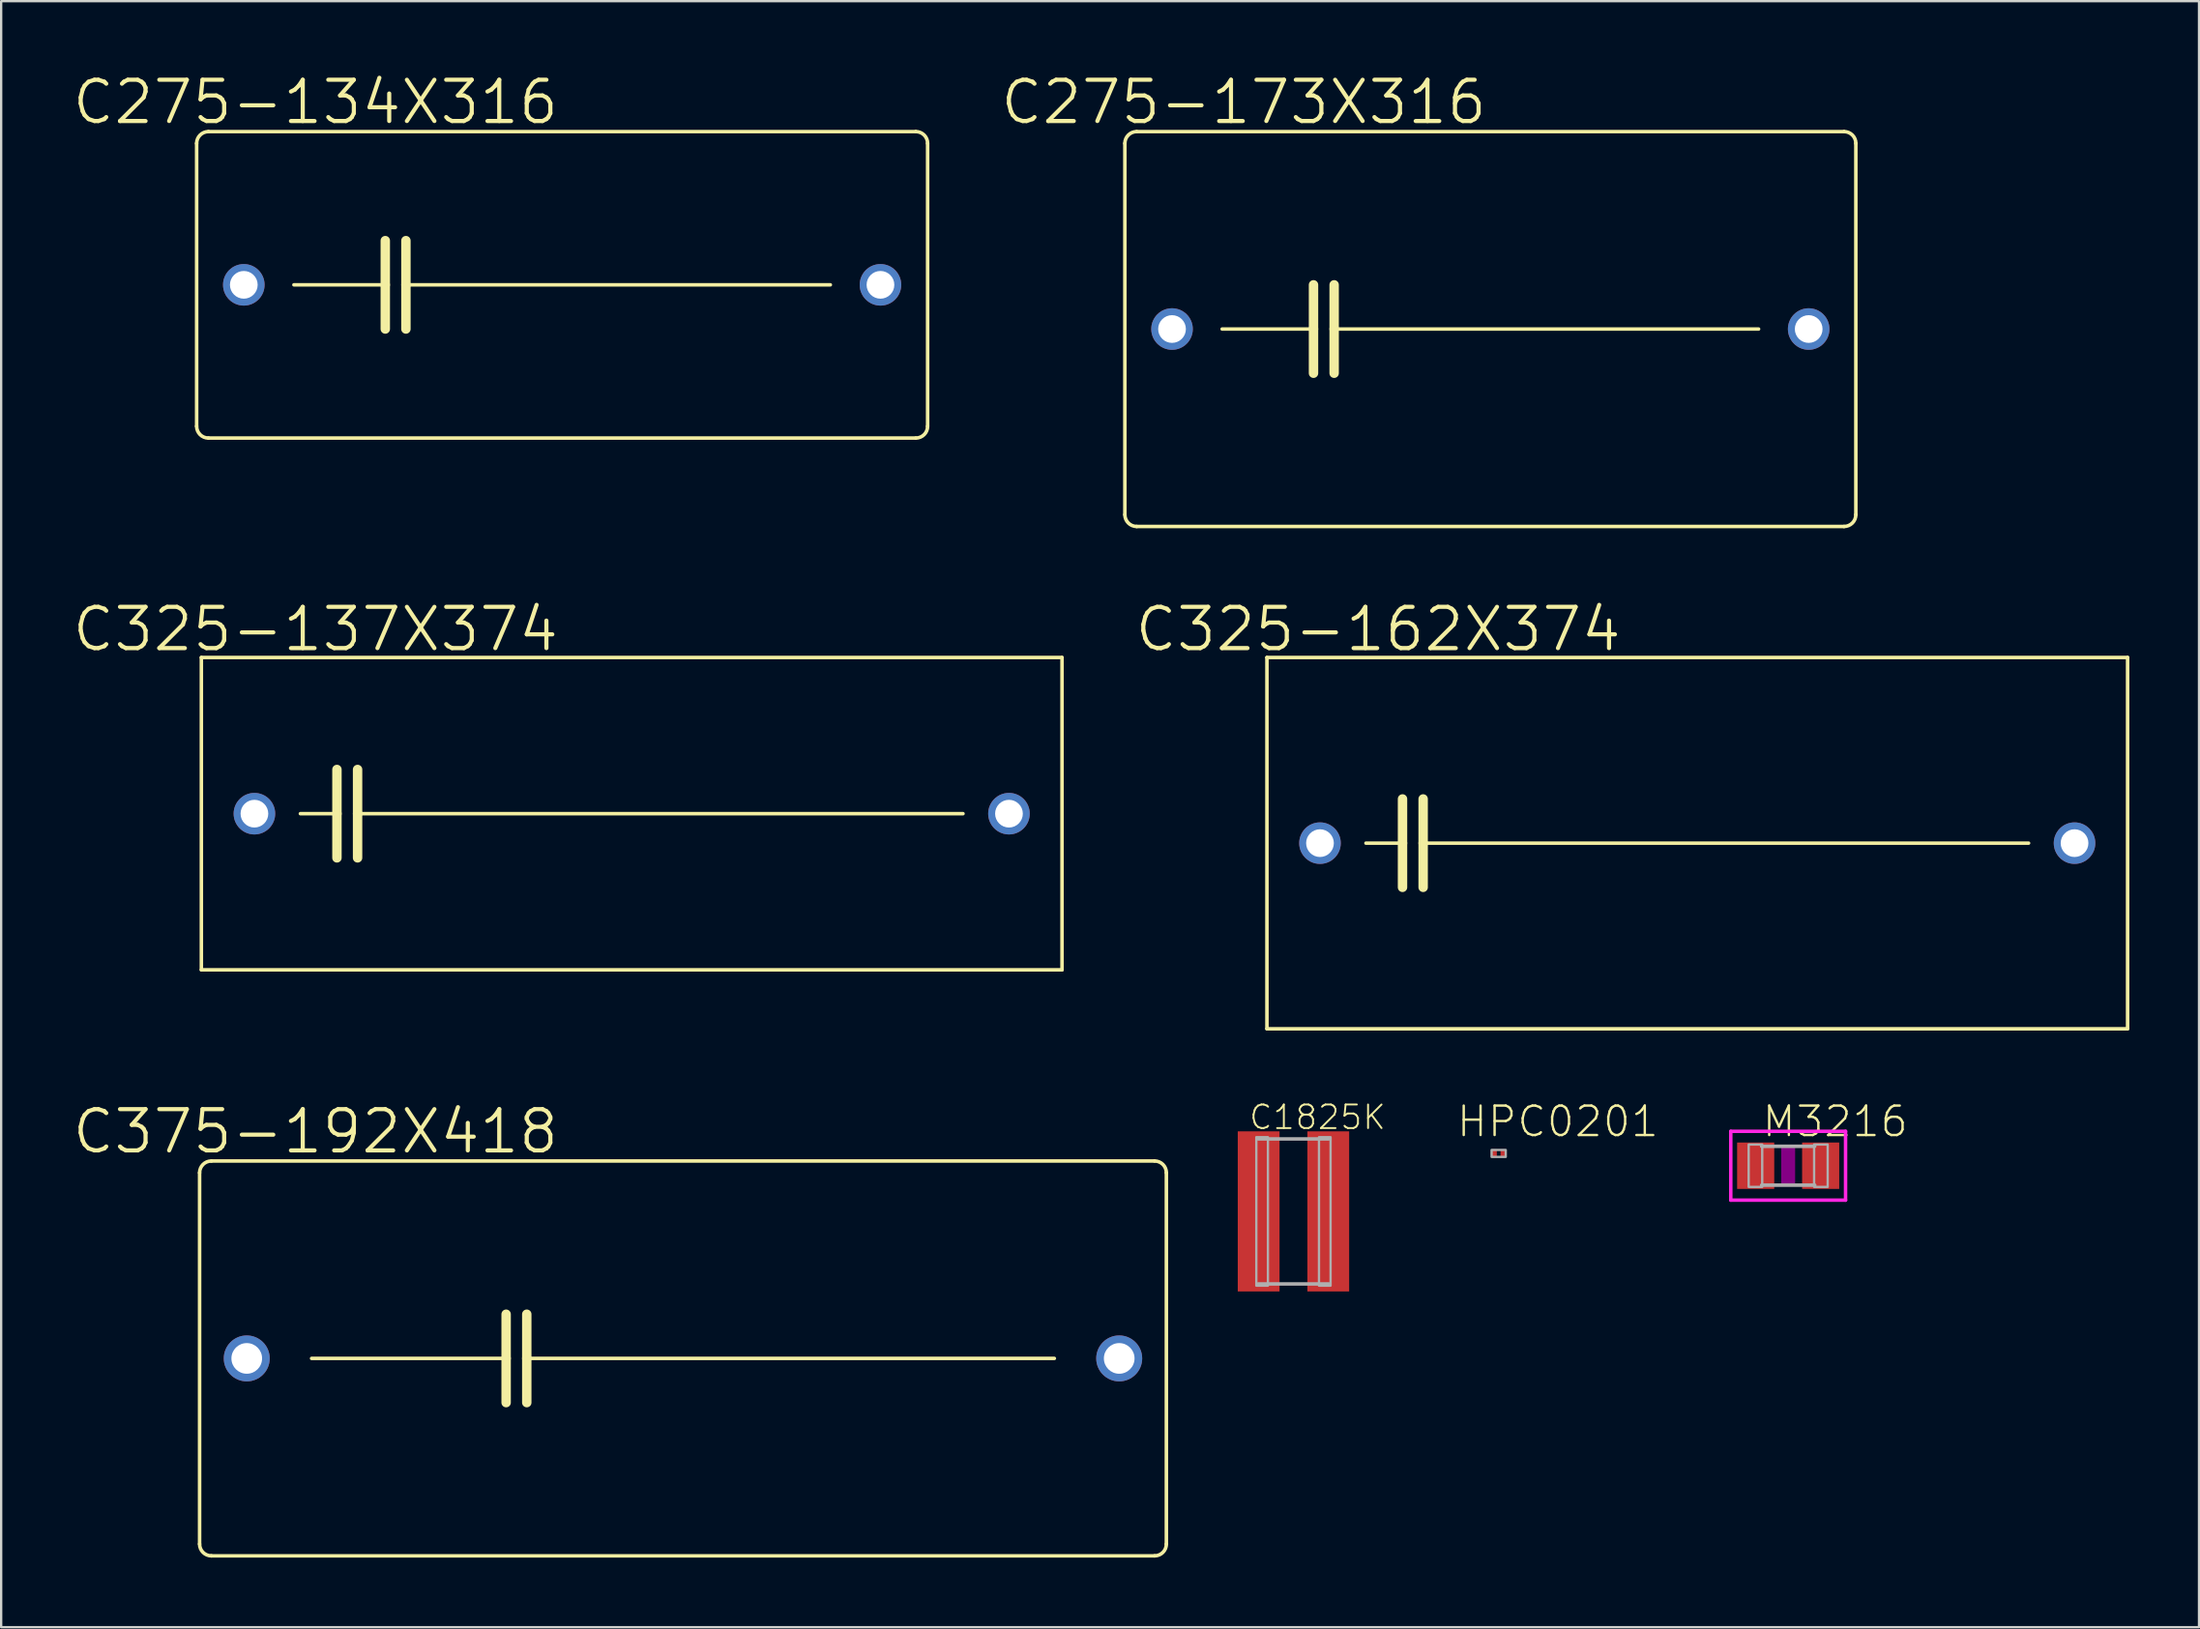
<source format=kicad_pcb>
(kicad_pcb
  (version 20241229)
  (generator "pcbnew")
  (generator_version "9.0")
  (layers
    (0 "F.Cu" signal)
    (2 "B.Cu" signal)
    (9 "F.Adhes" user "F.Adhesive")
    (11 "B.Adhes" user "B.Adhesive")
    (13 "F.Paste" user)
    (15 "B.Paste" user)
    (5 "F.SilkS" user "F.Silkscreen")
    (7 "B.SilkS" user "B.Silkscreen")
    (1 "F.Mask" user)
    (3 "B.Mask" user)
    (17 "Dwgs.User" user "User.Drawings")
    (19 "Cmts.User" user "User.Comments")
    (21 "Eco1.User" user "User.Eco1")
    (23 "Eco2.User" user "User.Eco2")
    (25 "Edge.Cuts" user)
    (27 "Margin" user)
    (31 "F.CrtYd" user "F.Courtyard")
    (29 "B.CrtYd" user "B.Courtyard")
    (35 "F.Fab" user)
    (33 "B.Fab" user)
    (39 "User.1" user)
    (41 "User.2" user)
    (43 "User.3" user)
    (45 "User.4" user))
  (footprint "C275-173X316"
    (layer "F.Cu")
    (at 61.166 11.131)
    (property "Reference" "C275-173X316" (at -10.626 -9.779 0) (layer "F.SilkS") (effects (font (size 1.778 1.778) (thickness 0.178))))
    (attr through_hole)
    (fp_line (start -15.748 8.001) (end -15.748 -8.001) (stroke (width 0.152) (type solid)) (layer "F.SilkS"))
    (fp_line (start -15.24 -8.509) (end 15.24 -8.509) (stroke (width 0.152) (type solid)) (layer "F.SilkS"))
    (fp_line (start -11.557 0) (end -7.62 0) (stroke (width 0.152) (type solid)) (layer "F.SilkS"))
    (fp_line (start -7.62 -1.905) (end -7.62 0) (stroke (width 0.406) (type solid)) (layer "F.SilkS"))
    (fp_line (start -7.62 0) (end -7.62 1.905) (stroke (width 0.406) (type solid)) (layer "F.SilkS"))
    (fp_line (start -6.731 -1.905) (end -6.731 0) (stroke (width 0.406) (type solid)) (layer "F.SilkS"))
    (fp_line (start -6.731 0) (end -6.731 1.905) (stroke (width 0.406) (type solid)) (layer "F.SilkS"))
    (fp_line (start -6.731 0) (end 11.557 0) (stroke (width 0.152) (type solid)) (layer "F.SilkS"))
    (fp_line (start 15.24 8.509) (end -15.24 8.509) (stroke (width 0.152) (type solid)) (layer "F.SilkS"))
    (fp_line (start 15.748 -8.001) (end 15.748 8.001) (stroke (width 0.152) (type solid)) (layer "F.SilkS"))
    (fp_arc (start -15.748 -8.001) (mid -15.59921 -8.36021) (end -15.239999 -8.508999) (stroke (width 0.1524) (type solid)) (layer "F.SilkS"))
    (fp_arc (start -15.239999 8.508999) (mid -15.59921 8.36021) (end -15.748 8.001) (stroke (width 0.1524) (type solid)) (layer "F.SilkS"))
    (fp_arc (start 15.24 -8.509) (mid 15.599211 -8.36021) (end 15.748001 -8.000999) (stroke (width 0.1524) (type solid)) (layer "F.SilkS"))
    (fp_arc (start 15.748001 8.000999) (mid 15.599211 8.36021) (end 15.24 8.509) (stroke (width 0.1524) (type solid)) (layer "F.SilkS"))
    (pad "1" thru_hole circle (at -13.716 0) (size 1.791 1.791) (drill 1.194) (layers "*.Cu" "*.Mask"))
    (pad "2" thru_hole circle (at 13.716 0) (size 1.791 1.791) (drill 1.194) (layers "*.Cu" "*.Mask")))
  (footprint "HPC0201"
    (layer "F.Cu")
    (at 61.524 46.662)
    (property "Reference" "HPC0201" (at 2.546 -1.375 0) (layer "F.SilkS") (effects (font (size 1.27 1.27) (thickness 0.102))))
    (attr through_hole)
    (fp_poly (pts (xy -0.305 -0.15) (xy 0.305 -0.15) (xy 0.305 0.15) (xy -0.305 0.15)) (stroke (width 0.1) (type solid)) (fill no) (layer "F.Fab"))
    (pad "1" smd rect (at -0.18 0) (size 0.2 0.35) (layers "F.Cu" "F.Mask" "F.Paste"))
    (pad "2" smd rect (at 0.18 0) (size 0.2 0.35) (layers "F.Cu" "F.Mask" "F.Paste")))
  (footprint "C325-137X374"
    (layer "F.Cu")
    (at 24.168 32.019)
    (property "Reference" "C325-137X374" (at -13.623 -7.95 0) (layer "F.SilkS") (effects (font (size 1.778 1.778) (thickness 0.178))))
    (attr through_hole)
    (fp_line (start -18.542 -6.731) (end -18.542 6.731) (stroke (width 0.152) (type solid)) (layer "F.SilkS"))
    (fp_line (start -18.542 6.731) (end 18.542 6.731) (stroke (width 0.152) (type solid)) (layer "F.SilkS"))
    (fp_line (start -14.275 0) (end -12.7 0) (stroke (width 0.152) (type solid)) (layer "F.SilkS"))
    (fp_line (start -12.7 -1.905) (end -12.7 0) (stroke (width 0.406) (type solid)) (layer "F.SilkS"))
    (fp_line (start -12.7 0) (end -12.7 1.905) (stroke (width 0.406) (type solid)) (layer "F.SilkS"))
    (fp_line (start -11.811 -1.905) (end -11.811 0) (stroke (width 0.406) (type solid)) (layer "F.SilkS"))
    (fp_line (start -11.811 0) (end -11.811 1.905) (stroke (width 0.406) (type solid)) (layer "F.SilkS"))
    (fp_line (start -11.811 0) (end 14.275 0) (stroke (width 0.152) (type solid)) (layer "F.SilkS"))
    (fp_line (start 18.542 -6.731) (end -18.542 -6.731) (stroke (width 0.152) (type solid)) (layer "F.SilkS"))
    (fp_line (start 18.542 -6.731) (end 18.542 6.731) (stroke (width 0.152) (type solid)) (layer "F.SilkS"))
    (pad "1" thru_hole circle (at -16.256 0) (size 1.791 1.791) (drill 1.194) (layers "*.Cu" "*.Mask"))
    (pad "2" thru_hole circle (at 16.256 0) (size 1.791 1.791) (drill 1.194) (layers "*.Cu" "*.Mask")))
  (footprint "C325-162X374"
    (layer "F.Cu")
    (at 70.081 33.289)
    (property "Reference" "C325-162X374" (at -13.75 -9.22 0) (layer "F.SilkS") (effects (font (size 1.778 1.778) (thickness 0.178))))
    (attr through_hole)
    (fp_line (start -18.542 -8.001) (end -18.542 8.001) (stroke (width 0.152) (type solid)) (layer "F.SilkS"))
    (fp_line (start -18.542 8.001) (end 18.542 8.001) (stroke (width 0.152) (type solid)) (layer "F.SilkS"))
    (fp_line (start -14.275 0) (end -12.7 0) (stroke (width 0.152) (type solid)) (layer "F.SilkS"))
    (fp_line (start -12.7 -1.905) (end -12.7 0) (stroke (width 0.406) (type solid)) (layer "F.SilkS"))
    (fp_line (start -12.7 0) (end -12.7 1.905) (stroke (width 0.406) (type solid)) (layer "F.SilkS"))
    (fp_line (start -11.811 -1.905) (end -11.811 0) (stroke (width 0.406) (type solid)) (layer "F.SilkS"))
    (fp_line (start -11.811 0) (end -11.811 1.905) (stroke (width 0.406) (type solid)) (layer "F.SilkS"))
    (fp_line (start -11.811 0) (end 14.275 0) (stroke (width 0.152) (type solid)) (layer "F.SilkS"))
    (fp_line (start 18.542 -8.001) (end -18.542 -8.001) (stroke (width 0.152) (type solid)) (layer "F.SilkS"))
    (fp_line (start 18.542 -8.001) (end 18.542 8.001) (stroke (width 0.152) (type solid)) (layer "F.SilkS"))
    (pad "1" thru_hole circle (at -16.256 0) (size 1.791 1.791) (drill 1.194) (layers "*.Cu" "*.Mask"))
    (pad "2" thru_hole circle (at 16.256 0) (size 1.791 1.791) (drill 1.194) (layers "*.Cu" "*.Mask")))
  (footprint "C375-192X418"
    (layer "F.Cu")
    (at 26.378 55.497)
    (property "Reference" "C375-192X418" (at -15.833 -9.779 0) (layer "F.SilkS") (effects (font (size 1.778 1.778) (thickness 0.178))))
    (attr through_hole)
    (fp_line (start -20.828 8.001) (end -20.828 -8.001) (stroke (width 0.152) (type solid)) (layer "F.SilkS"))
    (fp_line (start -20.32 -8.509) (end 20.32 -8.509) (stroke (width 0.152) (type solid)) (layer "F.SilkS"))
    (fp_line (start -16.002 0) (end -7.62 0) (stroke (width 0.152) (type solid)) (layer "F.SilkS"))
    (fp_line (start -7.62 -1.905) (end -7.62 0) (stroke (width 0.406) (type solid)) (layer "F.SilkS"))
    (fp_line (start -7.62 0) (end -7.62 1.905) (stroke (width 0.406) (type solid)) (layer "F.SilkS"))
    (fp_line (start -6.731 -1.905) (end -6.731 0) (stroke (width 0.406) (type solid)) (layer "F.SilkS"))
    (fp_line (start -6.731 0) (end -6.731 1.905) (stroke (width 0.406) (type solid)) (layer "F.SilkS"))
    (fp_line (start -6.731 0) (end 16.002 0) (stroke (width 0.152) (type solid)) (layer "F.SilkS"))
    (fp_line (start 20.32 8.509) (end -20.32 8.509) (stroke (width 0.152) (type solid)) (layer "F.SilkS"))
    (fp_line (start 20.828 -8.001) (end 20.828 8.001) (stroke (width 0.152) (type solid)) (layer "F.SilkS"))
    (fp_arc (start -20.828 -8.001) (mid -20.67921 -8.36021) (end -20.32 -8.509) (stroke (width 0.1524) (type solid)) (layer "F.SilkS"))
    (fp_arc (start -20.32 8.509) (mid -20.67921 8.36021) (end -20.828 8.001) (stroke (width 0.1524) (type solid)) (layer "F.SilkS"))
    (fp_arc (start 20.32 -8.509) (mid 20.67921 -8.36021) (end 20.828 -8.001) (stroke (width 0.1524) (type solid)) (layer "F.SilkS"))
    (fp_arc (start 20.828 8.001) (mid 20.67921 8.36021) (end 20.32 8.509) (stroke (width 0.1524) (type solid)) (layer "F.SilkS"))
    (pad "1" thru_hole circle (at -18.796 0) (size 1.981 1.981) (drill 1.321) (layers "*.Cu" "*.Mask"))
    (pad "2" thru_hole circle (at 18.796 0) (size 1.981 1.981) (drill 1.321) (layers "*.Cu" "*.Mask")))
  (footprint "C275-134X316"
    (layer "F.Cu")
    (at 21.171 9.226)
    (property "Reference" "C275-134X316" (at -10.626 -7.874 0) (layer "F.SilkS") (effects (font (size 1.778 1.778) (thickness 0.178))))
    (attr through_hole)
    (fp_line (start -15.748 6.096) (end -15.748 -6.096) (stroke (width 0.152) (type solid)) (layer "F.SilkS"))
    (fp_line (start -15.24 -6.604) (end 15.24 -6.604) (stroke (width 0.152) (type solid)) (layer "F.SilkS"))
    (fp_line (start -11.557 0) (end -7.62 0) (stroke (width 0.152) (type solid)) (layer "F.SilkS"))
    (fp_line (start -7.62 -1.905) (end -7.62 0) (stroke (width 0.406) (type solid)) (layer "F.SilkS"))
    (fp_line (start -7.62 0) (end -7.62 1.905) (stroke (width 0.406) (type solid)) (layer "F.SilkS"))
    (fp_line (start -6.731 -1.905) (end -6.731 0) (stroke (width 0.406) (type solid)) (layer "F.SilkS"))
    (fp_line (start -6.731 0) (end -6.731 1.905) (stroke (width 0.406) (type solid)) (layer "F.SilkS"))
    (fp_line (start -6.731 0) (end 11.557 0) (stroke (width 0.152) (type solid)) (layer "F.SilkS"))
    (fp_line (start 15.24 6.604) (end -15.24 6.604) (stroke (width 0.152) (type solid)) (layer "F.SilkS"))
    (fp_line (start 15.748 -6.096) (end 15.748 6.096) (stroke (width 0.152) (type solid)) (layer "F.SilkS"))
    (fp_arc (start -15.748 -6.096) (mid -15.59921 -6.45521) (end -15.24 -6.604) (stroke (width 0.1524) (type solid)) (layer "F.SilkS"))
    (fp_arc (start -15.24 6.604) (mid -15.59921 6.45521) (end -15.748 6.096) (stroke (width 0.1524) (type solid)) (layer "F.SilkS"))
    (fp_arc (start 15.24 -6.604) (mid 15.59921 -6.45521) (end 15.748 -6.096) (stroke (width 0.1524) (type solid)) (layer "F.SilkS"))
    (fp_arc (start 15.748 6.096) (mid 15.59921 6.45521) (end 15.24 6.604) (stroke (width 0.1524) (type solid)) (layer "F.SilkS"))
    (pad "1" thru_hole circle (at -13.716 0) (size 1.791 1.791) (drill 1.194) (layers "*.Cu" "*.Mask"))
    (pad "2" thru_hole circle (at 13.716 0) (size 1.791 1.791) (drill 1.194) (layers "*.Cu" "*.Mask")))
  (footprint "M3216"
    (layer "F.Cu")
    (at 73.998 47.192)
    (property "Reference" "M3216" (at 2.026 -1.905 0) (layer "F.SilkS") (effects (font (size 1.27 1.27) (thickness 0.102))))
    (attr through_hole)
    (fp_poly (pts (xy -0.3 -0.8) (xy 0.3 -0.8) (xy 0.3 0.8) (xy -0.3 0.8)) (stroke (width 0) (type solid)) (fill yes) (layer "F.Adhes"))
    (fp_line (start -2.473 -1.483) (end 2.473 -1.483) (stroke (width 0.15) (type solid)) (layer "F.CrtYd"))
    (fp_line (start -2.473 1.483) (end -2.473 -1.483) (stroke (width 0.15) (type solid)) (layer "F.CrtYd"))
    (fp_line (start 2.473 -1.483) (end 2.473 1.483) (stroke (width 0.15) (type solid)) (layer "F.CrtYd"))
    (fp_line (start 2.473 1.483) (end -2.473 1.483) (stroke (width 0.15) (type solid)) (layer "F.CrtYd"))
    (fp_line (start 1.143 -0.838) (end -1.143 -0.838) (stroke (width 0.152) (type solid)) (layer "F.Fab"))
    (fp_line (start 1.143 0.838) (end -1.143 0.838) (stroke (width 0.152) (type solid)) (layer "F.Fab"))
    (fp_poly (pts (xy -1.702 -0.914) (xy -1.118 -0.914) (xy -1.118 0.914) (xy -1.702 0.914)) (stroke (width 0.1) (type solid)) (fill no) (layer "F.Fab"))
    (fp_poly (pts (xy 1.118 -0.914) (xy 1.702 -0.914) (xy 1.702 0.914) (xy 1.118 0.914)) (stroke (width 0.1) (type solid)) (fill no) (layer "F.Fab"))
    (pad "1" smd rect (at -1.4 0) (size 1.6 2) (layers "F.Cu" "F.Mask" "F.Paste"))
    (pad "2" smd rect (at 1.4 0) (size 1.6 2) (layers "F.Cu" "F.Mask" "F.Paste")))
  (footprint "C1825K"
    (layer "F.Cu")
    (at 52.682 49.161)
    (property "Reference" "C1825K" (at 1.037 -4.058 0) (layer "F.SilkS") (effects (font (size 1.016 1.016) (thickness 0.081))))
    (attr through_hole)
    (fp_line (start -1.525 -3.125) (end 1.525 -3.125) (stroke (width 0.15) (type solid)) (layer "F.Fab"))
    (fp_line (start 1.525 3.125) (end -1.525 3.125) (stroke (width 0.15) (type solid)) (layer "F.Fab"))
    (fp_poly (pts (xy -1.6 -3.2) (xy -1.1 -3.2) (xy -1.1 3.2) (xy -1.6 3.2)) (stroke (width 0.1) (type solid)) (fill no) (layer "F.Fab"))
    (fp_poly (pts (xy 1.1 -3.2) (xy 1.6 -3.2) (xy 1.6 3.2) (xy 1.1 3.2)) (stroke (width 0.1) (type solid)) (fill no) (layer "F.Fab"))
    (pad "1" smd rect (at -1.5 0) (size 1.8 6.9) (layers "F.Cu" "F.Mask" "F.Paste"))
    (pad "2" smd rect (at 1.5 0) (size 1.8 6.9) (layers "F.Cu" "F.Mask" "F.Paste")))
  (gr_rect
    (start -3 -3)
    (end 91.7 67.082)
    (stroke (width 0.1) (type default))
    (fill no)
    (layer "Edge.Cuts")))
</source>
